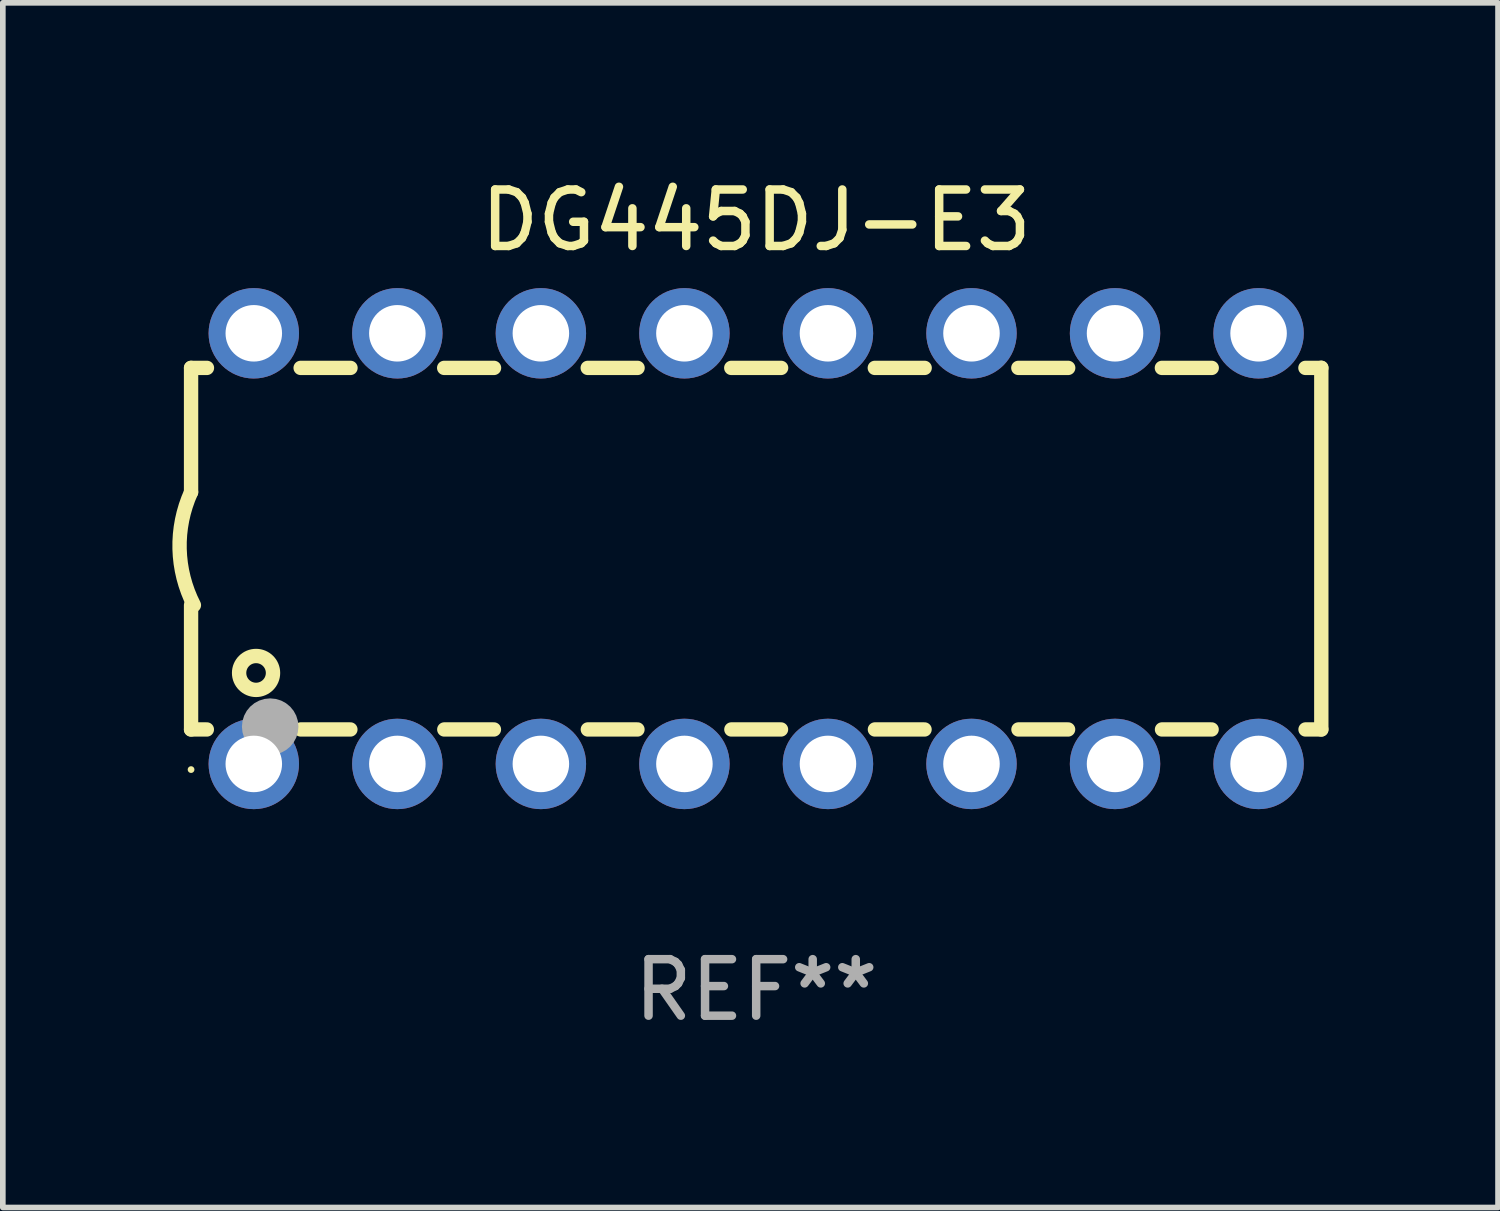
<source format=kicad_pcb>
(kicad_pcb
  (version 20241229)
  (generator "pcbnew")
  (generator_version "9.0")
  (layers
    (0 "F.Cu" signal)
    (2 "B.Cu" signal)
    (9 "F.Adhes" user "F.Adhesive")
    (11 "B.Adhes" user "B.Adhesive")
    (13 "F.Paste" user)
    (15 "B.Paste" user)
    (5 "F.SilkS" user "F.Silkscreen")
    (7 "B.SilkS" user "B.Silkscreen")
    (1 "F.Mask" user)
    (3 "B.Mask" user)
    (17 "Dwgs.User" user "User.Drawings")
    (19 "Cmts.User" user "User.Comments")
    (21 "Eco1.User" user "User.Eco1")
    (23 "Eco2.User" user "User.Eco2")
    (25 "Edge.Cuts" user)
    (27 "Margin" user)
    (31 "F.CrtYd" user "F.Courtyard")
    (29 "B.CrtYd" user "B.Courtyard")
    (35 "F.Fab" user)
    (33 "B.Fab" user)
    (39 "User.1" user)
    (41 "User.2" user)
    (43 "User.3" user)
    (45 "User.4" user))
  (footprint "DG445DJ-E3"
    (layer "F.Cu")
    (at 10.331 6.658)
    (property "Reference" "DG445DJ-E3" (at 0 -5.81 0) (layer "F.SilkS") (effects (font (size 1 1) (thickness 0.15))))
    (attr through_hole)
    (fp_line (start -10 -3.198) (end -9.719 -3.198) (stroke (width 0.254) (type solid)) (layer "F.SilkS"))
    (fp_line (start -10 -0.998) (end -10 -3.198) (stroke (width 0.254) (type solid)) (layer "F.SilkS"))
    (fp_line (start -10 3.2) (end -10 1) (stroke (width 0.254) (type solid)) (layer "F.SilkS"))
    (fp_line (start -10 3.2) (end -9.721 3.2) (stroke (width 0.254) (type solid)) (layer "F.SilkS"))
    (fp_line (start -8.061 -3.198) (end -7.179 -3.198) (stroke (width 0.254) (type solid)) (layer "F.SilkS"))
    (fp_line (start -8.059 3.2) (end -7.181 3.2) (stroke (width 0.254) (type solid)) (layer "F.SilkS"))
    (fp_line (start -5.521 -3.198) (end -4.639 -3.198) (stroke (width 0.254) (type solid)) (layer "F.SilkS"))
    (fp_line (start -5.519 3.2) (end -4.641 3.2) (stroke (width 0.254) (type solid)) (layer "F.SilkS"))
    (fp_line (start -2.981 -3.198) (end -2.099 -3.198) (stroke (width 0.254) (type solid)) (layer "F.SilkS"))
    (fp_line (start -2.979 3.2) (end -2.101 3.2) (stroke (width 0.254) (type solid)) (layer "F.SilkS"))
    (fp_line (start -0.441 -3.198) (end 0.441 -3.198) (stroke (width 0.254) (type solid)) (layer "F.SilkS"))
    (fp_line (start -0.439 3.2) (end 0.439 3.2) (stroke (width 0.254) (type solid)) (layer "F.SilkS"))
    (fp_line (start 2.099 -3.198) (end 2.981 -3.198) (stroke (width 0.254) (type solid)) (layer "F.SilkS"))
    (fp_line (start 2.101 3.2) (end 2.979 3.2) (stroke (width 0.254) (type solid)) (layer "F.SilkS"))
    (fp_line (start 4.639 -3.198) (end 5.521 -3.198) (stroke (width 0.254) (type solid)) (layer "F.SilkS"))
    (fp_line (start 4.641 3.2) (end 5.519 3.2) (stroke (width 0.254) (type solid)) (layer "F.SilkS"))
    (fp_line (start 7.179 -3.198) (end 8.061 -3.198) (stroke (width 0.254) (type solid)) (layer "F.SilkS"))
    (fp_line (start 7.181 3.2) (end 8.059 3.2) (stroke (width 0.254) (type solid)) (layer "F.SilkS"))
    (fp_line (start 9.719 -3.198) (end 10 -3.198) (stroke (width 0.254) (type solid)) (layer "F.SilkS"))
    (fp_line (start 9.721 3.2) (end 10 3.2) (stroke (width 0.254) (type solid)) (layer "F.SilkS"))
    (fp_line (start 10 3.2) (end 10 -3.2) (stroke (width 0.254) (type solid)) (layer "F.SilkS"))
    (fp_arc (start -9.949962 1) (mid -10.203153 0.005709) (end -10 -1) (stroke (width 0.254001) (type solid)) (layer "F.SilkS"))
    (fp_circle (center -10 3.91) (end -9.97 3.91) (stroke (width 0.06) (type solid)) (fill no) (layer "F.SilkS"))
    (fp_circle (center -8.85 2.2) (end -8.55 2.2) (stroke (width 0.254) (type solid)) (fill no) (layer "F.SilkS"))
    (fp_circle (center -8.6 3.15) (end -8.35 3.15) (stroke (width 0.5) (type solid)) (fill no) (layer "F.Fab"))
    (fp_text user "REF**" (at 0 7.81 0) (layer "F.Fab") (effects (font (size 1 1) (thickness 0.15))))
    (pad "1" thru_hole circle (at -8.89 3.81) (size 1.6 1.6) (drill 1) (layers "*.Cu" "*.Mask"))
    (pad "2" thru_hole circle (at -6.35 3.81) (size 1.6 1.6) (drill 1) (layers "*.Cu" "*.Mask"))
    (pad "3" thru_hole circle (at -3.81 3.81) (size 1.6 1.6) (drill 1) (layers "*.Cu" "*.Mask"))
    (pad "4" thru_hole circle (at -1.27 3.81) (size 1.6 1.6) (drill 1) (layers "*.Cu" "*.Mask"))
    (pad "5" thru_hole circle (at 1.27 3.81) (size 1.6 1.6) (drill 1) (layers "*.Cu" "*.Mask"))
    (pad "6" thru_hole circle (at 3.81 3.81) (size 1.6 1.6) (drill 1) (layers "*.Cu" "*.Mask"))
    (pad "7" thru_hole circle (at 6.35 3.81) (size 1.6 1.6) (drill 1) (layers "*.Cu" "*.Mask"))
    (pad "8" thru_hole circle (at 8.89 3.81) (size 1.6 1.6) (drill 1) (layers "*.Cu" "*.Mask"))
    (pad "9" thru_hole circle (at 8.89 -3.81) (size 1.6 1.6) (drill 1) (layers "*.Cu" "*.Mask"))
    (pad "10" thru_hole circle (at 6.35 -3.81) (size 1.6 1.6) (drill 1) (layers "*.Cu" "*.Mask"))
    (pad "11" thru_hole circle (at 3.81 -3.81) (size 1.6 1.6) (drill 1) (layers "*.Cu" "*.Mask"))
    (pad "12" thru_hole circle (at 1.27 -3.81) (size 1.6 1.6) (drill 1) (layers "*.Cu" "*.Mask"))
    (pad "13" thru_hole circle (at -1.27 -3.81) (size 1.6 1.6) (drill 1) (layers "*.Cu" "*.Mask"))
    (pad "14" thru_hole circle (at -3.81 -3.81) (size 1.6 1.6) (drill 1) (layers "*.Cu" "*.Mask"))
    (pad "15" thru_hole circle (at -6.35 -3.81) (size 1.6 1.6) (drill 1) (layers "*.Cu" "*.Mask"))
    (pad "16" thru_hole circle (at -8.89 -3.81) (size 1.6 1.6) (drill 1) (layers "*.Cu" "*.Mask")))
  (gr_rect
    (start -3 -3)
    (end 23.458 18.317)
    (stroke (width 0.1) (type default))
    (fill no)
    (layer "Edge.Cuts")))
</source>
